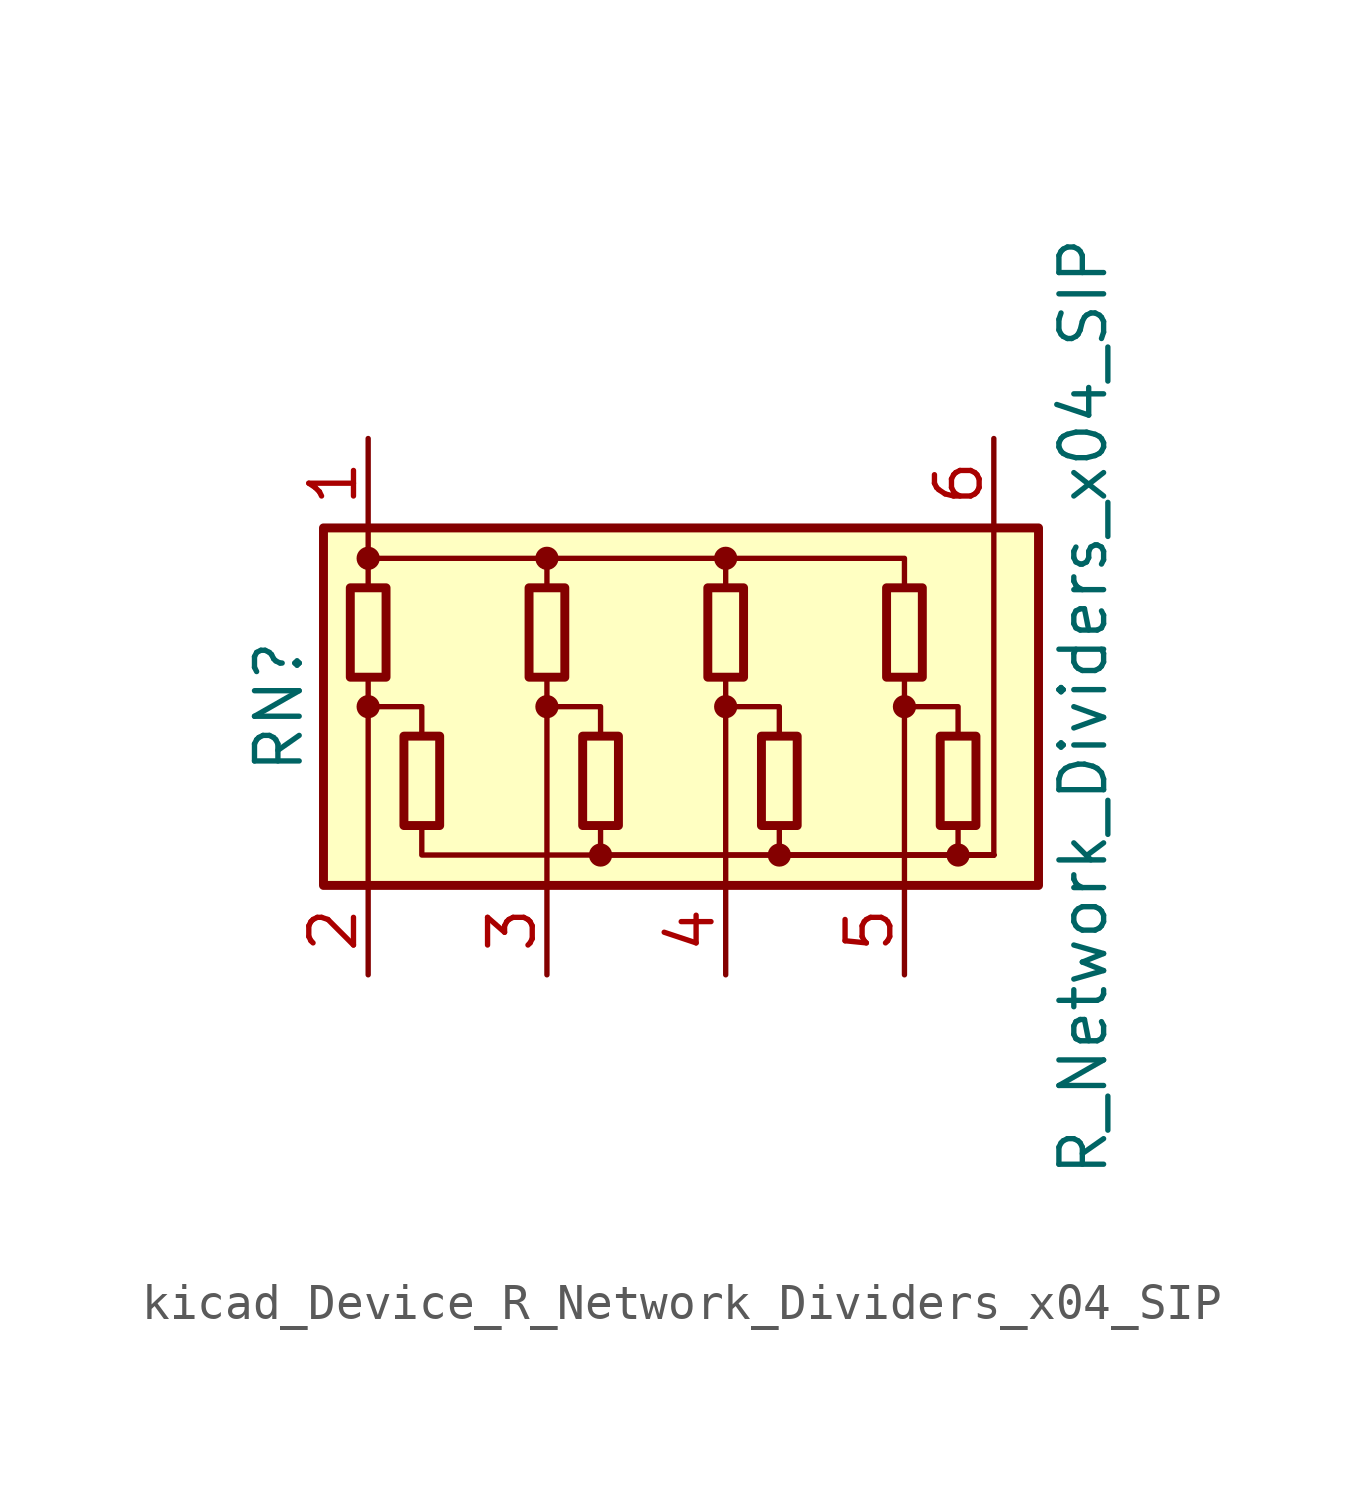
<source format=kicad_sym>
(kicad_symbol_lib
  (version 20220914)
  (generator kicad_symbol_editor)
  (symbol "kicad_Device_R_Network_Dividers_x04_SIP"
    (pin_names
      (offset 0) hide)
    (property "Reference" "RN"
      (at -12.7 0 90)
      (effects (font (size 1.27 1.27))))
    (property "Value" "R_Network_Dividers_x04_SIP"
      (at 10.16 0 90)
      (effects (font (size 1.27 1.27))))
    (symbol "kicad_Device_R_Network_Dividers_x04_SIP_0_1"
      (rectangle (start -11.43 -5.08) (end 8.89 5.08) (stroke (width 0.254) (type default)) (fill (type background)))
      (rectangle (start -10.668 3.378) (end -9.652 0.838) (stroke (width 0.254) (type default)) (fill (type none)))
      (circle (center -10.16 0) (radius 0.254) (stroke (width 0) (type default)) (fill (type outline)))
      (circle (center -10.16 4.216) (radius 0.254) (stroke (width 0) (type default)) (fill (type outline)))
      (rectangle (start -9.144 -3.378) (end -8.128 -0.838) (stroke (width 0.254) (type default)) (fill (type none)))
      (rectangle (start -5.588 3.378) (end -4.572 0.838) (stroke (width 0.254) (type default)) (fill (type none)))
      (circle (center -5.08 0) (radius 0.254) (stroke (width 0) (type default)) (fill (type outline)))
      (circle (center -5.08 4.216) (radius 0.254) (stroke (width 0) (type default)) (fill (type outline)))
      (rectangle (start -4.064 -3.378) (end -3.048 -0.838) (stroke (width 0.254) (type default)) (fill (type none)))
      (circle (center -3.556 -4.216) (radius 0.254) (stroke (width 0) (type default)) (fill (type outline)))
      (rectangle (start -0.508 3.378) (end 0.508 0.838) (stroke (width 0.254) (type default)) (fill (type none)))
      (polyline (pts (xy -10.16 -5.08) (xy -10.16 0.838)) (stroke (width 0) (type default)) (fill (type none)))
      (polyline (pts (xy -10.16 5.08) (xy -10.16 3.378)) (stroke (width 0) (type default)) (fill (type none)))
      (polyline (pts (xy -5.08 -5.08) (xy -5.08 0.838)) (stroke (width 0) (type default)) (fill (type none)))
      (polyline (pts (xy 0 -5.08) (xy 0 0.838)) (stroke (width 0) (type default)) (fill (type none)))
      (polyline (pts (xy 5.08 -5.08) (xy 5.08 0.838)) (stroke (width 0) (type default)) (fill (type none)))
      (polyline (pts (xy 7.62 -4.216) (xy 7.62 5.08)) (stroke (width 0) (type default)) (fill (type none)))
      (polyline (pts (xy -10.16 0) (xy -8.636 0) (xy -8.636 -0.838)) (stroke (width 0) (type default)) (fill (type none)))
      (polyline (pts (xy -10.16 4.216) (xy -5.08 4.216) (xy -5.08 3.378)) (stroke (width 0) (type default)) (fill (type none)))
      (polyline (pts (xy -8.636 -3.378) (xy -8.636 -4.216) (xy 7.62 -4.216)) (stroke (width 0) (type default)) (fill (type none)))
      (polyline (pts (xy -5.08 0) (xy -3.556 0) (xy -3.556 -0.838)) (stroke (width 0) (type default)) (fill (type none)))
      (polyline (pts (xy -5.08 4.216) (xy 0 4.216) (xy 0 3.378)) (stroke (width 0) (type default)) (fill (type none)))
      (polyline (pts (xy -3.556 -3.378) (xy -3.556 -4.216) (xy 7.62 -4.216)) (stroke (width 0) (type default)) (fill (type none)))
      (polyline (pts (xy 0 0) (xy 1.524 0) (xy 1.524 -0.838)) (stroke (width 0) (type default)) (fill (type none)))
      (polyline (pts (xy 0 4.216) (xy 5.08 4.216) (xy 5.08 3.378)) (stroke (width 0) (type default)) (fill (type none)))
      (polyline (pts (xy 1.524 -3.378) (xy 1.524 -4.216) (xy 7.62 -4.216)) (stroke (width 0) (type default)) (fill (type none)))
      (polyline (pts (xy 5.08 0) (xy 6.604 0) (xy 6.604 -0.838)) (stroke (width 0) (type default)) (fill (type none)))
      (polyline (pts (xy 6.604 -3.378) (xy 6.604 -4.216) (xy 7.62 -4.216)) (stroke (width 0) (type default)) (fill (type none)))
      (circle (center 0 0) (radius 0.254) (stroke (width 0) (type default)) (fill (type outline)))
      (circle (center 0 4.216) (radius 0.254) (stroke (width 0) (type default)) (fill (type outline)))
      (rectangle (start 1.016 -3.378) (end 2.032 -0.838) (stroke (width 0.254) (type default)) (fill (type none)))
      (circle (center 1.524 -4.216) (radius 0.254) (stroke (width 0) (type default)) (fill (type outline)))
      (rectangle (start 4.572 3.378) (end 5.588 0.838) (stroke (width 0.254) (type default)) (fill (type none)))
      (circle (center 5.08 0) (radius 0.254) (stroke (width 0) (type default)) (fill (type outline)))
      (rectangle (start 6.096 -3.378) (end 7.112 -0.838) (stroke (width 0.254) (type default)) (fill (type none)))
      (circle (center 6.604 -4.216) (radius 0.254) (stroke (width 0) (type default)) (fill (type outline))))
    (symbol "kicad_Device_R_Network_Dividers_x04_SIP_1_1"
      (pin passive line (at -10.16 7.62 270) (length 2.54) (name "COM1" (effects (font (size 1.27 1.27)))) (number "1" (effects (font (size 1.27 1.27)))))
      (pin passive line (at -10.16 -7.62 90) (length 2.54) (name "R1" (effects (font (size 1.27 1.27)))) (number "2" (effects (font (size 1.27 1.27)))))
      (pin passive line (at -5.08 -7.62 90) (length 2.54) (name "R2" (effects (font (size 1.27 1.27)))) (number "3" (effects (font (size 1.27 1.27)))))
      (pin passive line (at 0 -7.62 90) (length 2.54) (name "R3" (effects (font (size 1.27 1.27)))) (number "4" (effects (font (size 1.27 1.27)))))
      (pin passive line (at 5.08 -7.62 90) (length 2.54) (name "R4" (effects (font (size 1.27 1.27)))) (number "5" (effects (font (size 1.27 1.27)))))
      (pin passive line (at 7.62 7.62 270) (length 2.54) (name "COM2" (effects (font (size 1.27 1.27)))) (number "6" (effects (font (size 1.27 1.27))))))))
</source>
